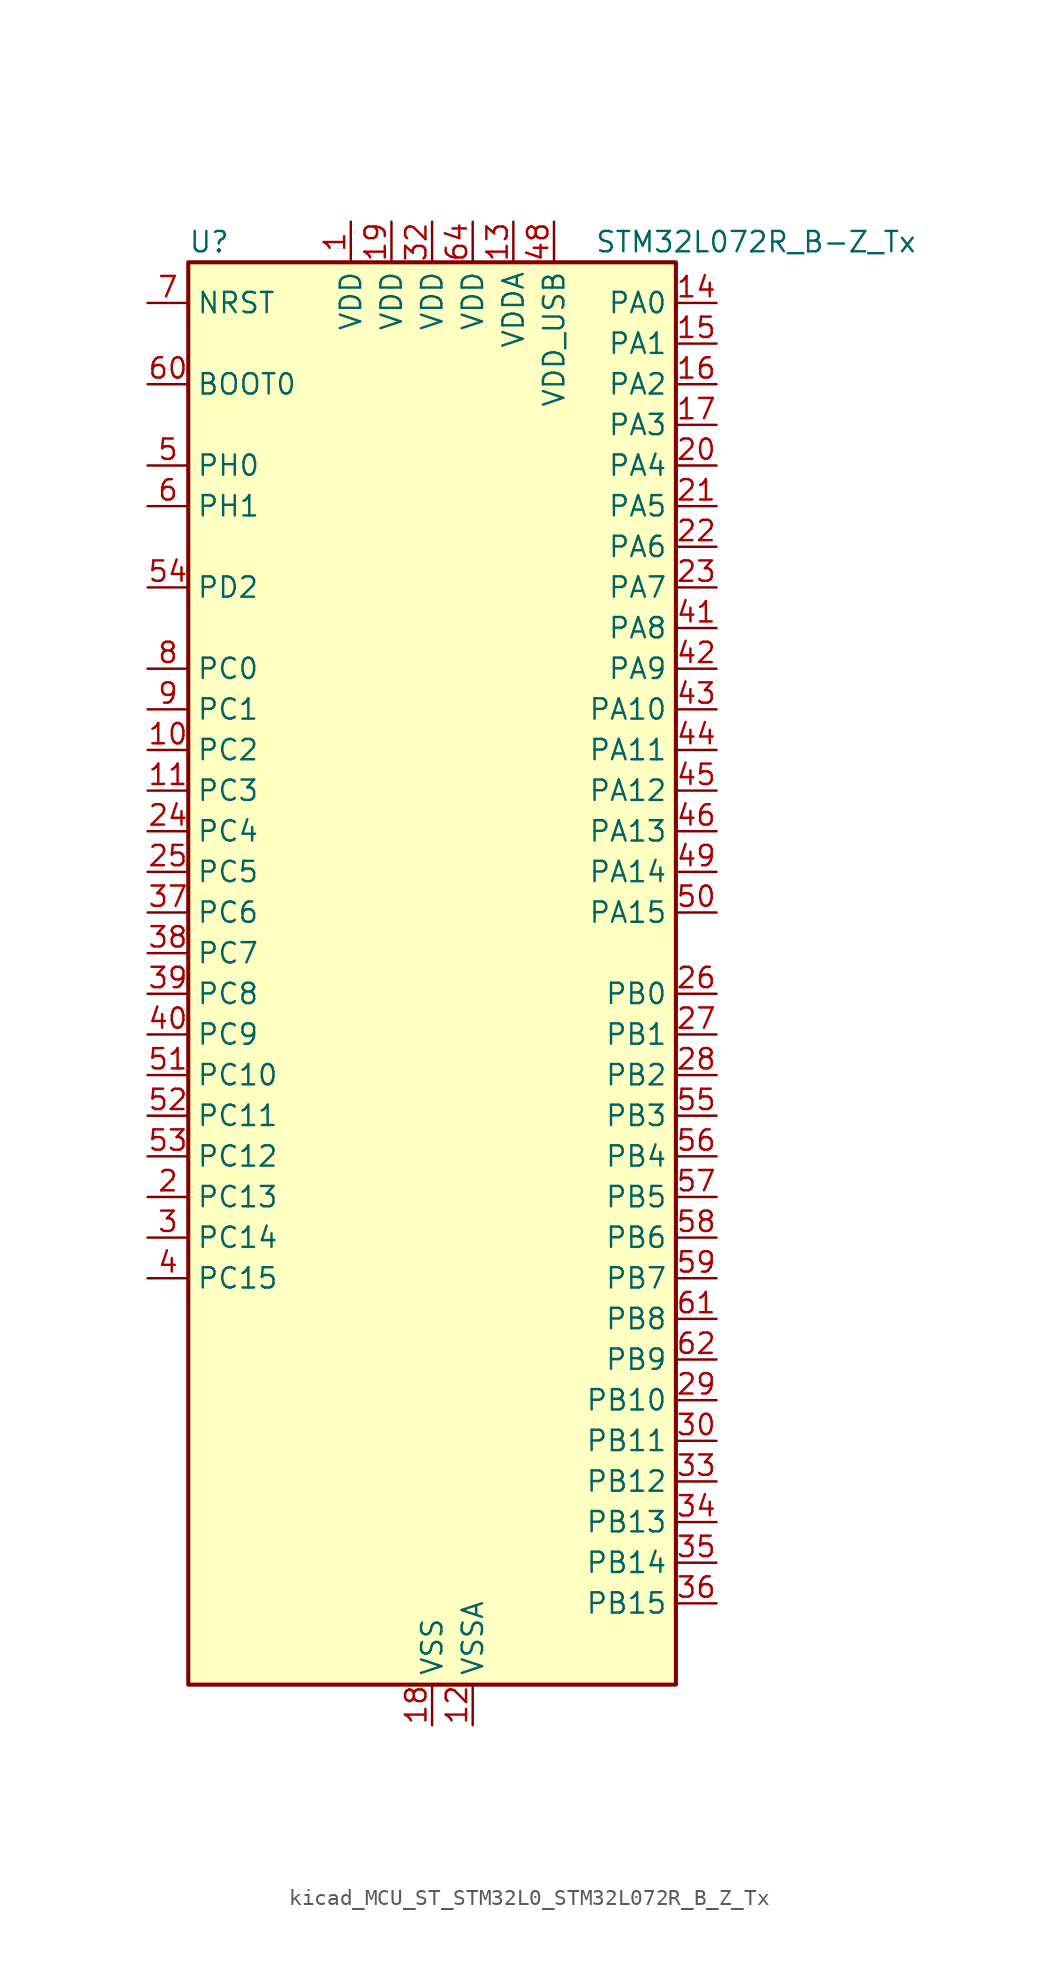
<source format=kicad_sym>
(kicad_symbol_lib
  (version 20220914)
  (generator kicad_symbol_editor)
  (symbol "kicad_MCU_ST_STM32L0_STM32L072R_B_Z_Tx"
    (property "Reference" "U"
      (at -15.24 46.99 0)
      (effects (font (size 1.27 1.27)) (justify left)))
    (property "Value" "STM32L072R_B-Z_Tx"
      (at 10.16 46.99 0)
      (effects (font (size 1.27 1.27)) (justify left)))
    (property "ki_locked" ""
      (at 0 0 0)
      (effects (font (size 1.27 1.27))))
    (symbol "kicad_MCU_ST_STM32L0_STM32L072R_B_Z_Tx_0_1"
      (rectangle (start -15.24 -43.18) (end 15.24 45.72) (stroke (width 0.254) (type default)) (fill (type background))))
    (symbol "kicad_MCU_ST_STM32L0_STM32L072R_B_Z_Tx_1_1"
      (pin power_in line (at -5.08 48.26 270) (length 2.54) (name "VDD" (effects (font (size 1.27 1.27)))) (number "1" (effects (font (size 1.27 1.27)))))
      (pin bidirectional line (at -17.78 15.24 0) (length 2.54) (name "PC2" (effects (font (size 1.27 1.27)))) (number "10" (effects (font (size 1.27 1.27)))) (alternate "ADC_IN12" bidirectional line) (alternate "I2S2_MCK" bidirectional line) (alternate "LPTIM1_IN2" bidirectional line) (alternate "SPI2_MISO" bidirectional line) (alternate "TSC_G7_IO3" bidirectional line))
      (pin bidirectional line (at -17.78 12.7 0) (length 2.54) (name "PC3" (effects (font (size 1.27 1.27)))) (number "11" (effects (font (size 1.27 1.27)))) (alternate "ADC_IN13" bidirectional line) (alternate "I2S2_SD" bidirectional line) (alternate "LPTIM1_ETR" bidirectional line) (alternate "SPI2_MOSI" bidirectional line) (alternate "TSC_G7_IO4" bidirectional line))
      (pin power_in line (at 2.54 -45.72 90) (length 2.54) (name "VSSA" (effects (font (size 1.27 1.27)))) (number "12" (effects (font (size 1.27 1.27)))))
      (pin power_in line (at 5.08 48.26 270) (length 2.54) (name "VDDA" (effects (font (size 1.27 1.27)))) (number "13" (effects (font (size 1.27 1.27)))))
      (pin bidirectional line (at 17.78 43.18 180) (length 2.54) (name "PA0" (effects (font (size 1.27 1.27)))) (number "14" (effects (font (size 1.27 1.27)))) (alternate "ADC_IN0" bidirectional line) (alternate "COMP1_INM" bidirectional line) (alternate "COMP1_OUT" bidirectional line) (alternate "RTC_TAMP2" bidirectional line) (alternate "SYS_WKUP1" bidirectional line) (alternate "TIM2_CH1" bidirectional line) (alternate "TIM2_ETR" bidirectional line) (alternate "TSC_G1_IO1" bidirectional line) (alternate "USART2_CTS" bidirectional line) (alternate "USART4_TX" bidirectional line))
      (pin bidirectional line (at 17.78 40.64 180) (length 2.54) (name "PA1" (effects (font (size 1.27 1.27)))) (number "15" (effects (font (size 1.27 1.27)))) (alternate "ADC_IN1" bidirectional line) (alternate "COMP1_INP" bidirectional line) (alternate "TIM21_ETR" bidirectional line) (alternate "TIM2_CH2" bidirectional line) (alternate "TSC_G1_IO2" bidirectional line) (alternate "USART2_DE" bidirectional line) (alternate "USART2_RTS" bidirectional line) (alternate "USART4_RX" bidirectional line))
      (pin bidirectional line (at 17.78 38.1 180) (length 2.54) (name "PA2" (effects (font (size 1.27 1.27)))) (number "16" (effects (font (size 1.27 1.27)))) (alternate "ADC_IN2" bidirectional line) (alternate "COMP2_INM" bidirectional line) (alternate "COMP2_OUT" bidirectional line) (alternate "LPUART1_TX" bidirectional line) (alternate "TIM21_CH1" bidirectional line) (alternate "TIM2_CH3" bidirectional line) (alternate "TSC_G1_IO3" bidirectional line) (alternate "USART2_TX" bidirectional line))
      (pin bidirectional line (at 17.78 35.56 180) (length 2.54) (name "PA3" (effects (font (size 1.27 1.27)))) (number "17" (effects (font (size 1.27 1.27)))) (alternate "ADC_IN3" bidirectional line) (alternate "COMP2_INP" bidirectional line) (alternate "LPUART1_RX" bidirectional line) (alternate "TIM21_CH2" bidirectional line) (alternate "TIM2_CH4" bidirectional line) (alternate "TSC_G1_IO4" bidirectional line) (alternate "USART2_RX" bidirectional line))
      (pin power_in line (at 0 -45.72 90) (length 2.54) (name "VSS" (effects (font (size 1.27 1.27)))) (number "18" (effects (font (size 1.27 1.27)))))
      (pin power_in line (at -2.54 48.26 270) (length 2.54) (name "VDD" (effects (font (size 1.27 1.27)))) (number "19" (effects (font (size 1.27 1.27)))))
      (pin bidirectional line (at -17.78 -12.7 0) (length 2.54) (name "PC13" (effects (font (size 1.27 1.27)))) (number "2" (effects (font (size 1.27 1.27)))) (alternate "RTC_OUT_ALARM" bidirectional line) (alternate "RTC_OUT_CALIB" bidirectional line) (alternate "RTC_TAMP1" bidirectional line) (alternate "RTC_TS" bidirectional line) (alternate "SYS_WKUP2" bidirectional line))
      (pin bidirectional line (at 17.78 33.02 180) (length 2.54) (name "PA4" (effects (font (size 1.27 1.27)))) (number "20" (effects (font (size 1.27 1.27)))) (alternate "ADC_IN4" bidirectional line) (alternate "COMP1_INM" bidirectional line) (alternate "COMP2_INM" bidirectional line) (alternate "DAC_OUT1" bidirectional line) (alternate "SPI1_NSS" bidirectional line) (alternate "TIM22_ETR" bidirectional line) (alternate "TSC_G2_IO1" bidirectional line) (alternate "USART2_CK" bidirectional line))
      (pin bidirectional line (at 17.78 30.48 180) (length 2.54) (name "PA5" (effects (font (size 1.27 1.27)))) (number "21" (effects (font (size 1.27 1.27)))) (alternate "ADC_IN5" bidirectional line) (alternate "COMP1_INM" bidirectional line) (alternate "COMP2_INM" bidirectional line) (alternate "DAC_OUT2" bidirectional line) (alternate "SPI1_SCK" bidirectional line) (alternate "TIM2_CH1" bidirectional line) (alternate "TIM2_ETR" bidirectional line) (alternate "TSC_G2_IO2" bidirectional line))
      (pin bidirectional line (at 17.78 27.94 180) (length 2.54) (name "PA6" (effects (font (size 1.27 1.27)))) (number "22" (effects (font (size 1.27 1.27)))) (alternate "ADC_IN6" bidirectional line) (alternate "COMP1_OUT" bidirectional line) (alternate "LPUART1_CTS" bidirectional line) (alternate "SPI1_MISO" bidirectional line) (alternate "TIM22_CH1" bidirectional line) (alternate "TIM3_CH1" bidirectional line) (alternate "TSC_G2_IO3" bidirectional line))
      (pin bidirectional line (at 17.78 25.4 180) (length 2.54) (name "PA7" (effects (font (size 1.27 1.27)))) (number "23" (effects (font (size 1.27 1.27)))) (alternate "ADC_IN7" bidirectional line) (alternate "COMP2_OUT" bidirectional line) (alternate "SPI1_MOSI" bidirectional line) (alternate "TIM22_CH2" bidirectional line) (alternate "TIM3_CH2" bidirectional line) (alternate "TSC_G2_IO4" bidirectional line))
      (pin bidirectional line (at -17.78 10.16 0) (length 2.54) (name "PC4" (effects (font (size 1.27 1.27)))) (number "24" (effects (font (size 1.27 1.27)))) (alternate "ADC_IN14" bidirectional line) (alternate "LPUART1_TX" bidirectional line))
      (pin bidirectional line (at -17.78 7.62 0) (length 2.54) (name "PC5" (effects (font (size 1.27 1.27)))) (number "25" (effects (font (size 1.27 1.27)))) (alternate "ADC_IN15" bidirectional line) (alternate "LPUART1_RX" bidirectional line) (alternate "TSC_G3_IO1" bidirectional line))
      (pin bidirectional line (at 17.78 0 180) (length 2.54) (name "PB0" (effects (font (size 1.27 1.27)))) (number "26" (effects (font (size 1.27 1.27)))) (alternate "ADC_IN8" bidirectional line) (alternate "SYS_VREF_OUT_PB0" bidirectional line) (alternate "TIM3_CH3" bidirectional line) (alternate "TSC_G3_IO2" bidirectional line))
      (pin bidirectional line (at 17.78 -2.54 180) (length 2.54) (name "PB1" (effects (font (size 1.27 1.27)))) (number "27" (effects (font (size 1.27 1.27)))) (alternate "ADC_IN9" bidirectional line) (alternate "LPUART1_DE" bidirectional line) (alternate "LPUART1_RTS" bidirectional line) (alternate "SYS_VREF_OUT_PB1" bidirectional line) (alternate "TIM3_CH4" bidirectional line) (alternate "TSC_G3_IO3" bidirectional line))
      (pin bidirectional line (at 17.78 -5.08 180) (length 2.54) (name "PB2" (effects (font (size 1.27 1.27)))) (number "28" (effects (font (size 1.27 1.27)))) (alternate "I2C3_SMBA" bidirectional line) (alternate "LPTIM1_OUT" bidirectional line) (alternate "TSC_G3_IO4" bidirectional line))
      (pin bidirectional line (at 17.78 -25.4 180) (length 2.54) (name "PB10" (effects (font (size 1.27 1.27)))) (number "29" (effects (font (size 1.27 1.27)))) (alternate "I2C2_SCL" bidirectional line) (alternate "LPUART1_RX" bidirectional line) (alternate "LPUART1_TX" bidirectional line) (alternate "SPI2_SCK" bidirectional line) (alternate "TIM2_CH3" bidirectional line) (alternate "TSC_SYNC" bidirectional line))
      (pin bidirectional line (at -17.78 -15.24 0) (length 2.54) (name "PC14" (effects (font (size 1.27 1.27)))) (number "3" (effects (font (size 1.27 1.27)))) (alternate "RCC_OSC32_IN" bidirectional line))
      (pin bidirectional line (at 17.78 -27.94 180) (length 2.54) (name "PB11" (effects (font (size 1.27 1.27)))) (number "30" (effects (font (size 1.27 1.27)))) (alternate "ADC_EXTI11" bidirectional line) (alternate "I2C2_SDA" bidirectional line) (alternate "LPUART1_RX" bidirectional line) (alternate "LPUART1_TX" bidirectional line) (alternate "TIM2_CH4" bidirectional line) (alternate "TSC_G6_IO1" bidirectional line))
      (pin passive line (at 0 -45.72 90) (length 2.54) hide (name "VSS" (effects (font (size 1.27 1.27)))) (number "31" (effects (font (size 1.27 1.27)))))
      (pin power_in line (at 0 48.26 270) (length 2.54) (name "VDD" (effects (font (size 1.27 1.27)))) (number "32" (effects (font (size 1.27 1.27)))))
      (pin bidirectional line (at 17.78 -30.48 180) (length 2.54) (name "PB12" (effects (font (size 1.27 1.27)))) (number "33" (effects (font (size 1.27 1.27)))) (alternate "I2S2_WS" bidirectional line) (alternate "LPUART1_DE" bidirectional line) (alternate "LPUART1_RTS" bidirectional line) (alternate "SPI2_NSS" bidirectional line) (alternate "TSC_G6_IO2" bidirectional line))
      (pin bidirectional line (at 17.78 -33.02 180) (length 2.54) (name "PB13" (effects (font (size 1.27 1.27)))) (number "34" (effects (font (size 1.27 1.27)))) (alternate "I2C2_SCL" bidirectional line) (alternate "I2S2_CK" bidirectional line) (alternate "LPUART1_CTS" bidirectional line) (alternate "RCC_MCO" bidirectional line) (alternate "SPI2_SCK" bidirectional line) (alternate "TIM21_CH1" bidirectional line) (alternate "TSC_G6_IO3" bidirectional line))
      (pin bidirectional line (at 17.78 -35.56 180) (length 2.54) (name "PB14" (effects (font (size 1.27 1.27)))) (number "35" (effects (font (size 1.27 1.27)))) (alternate "I2C2_SDA" bidirectional line) (alternate "I2S2_MCK" bidirectional line) (alternate "LPUART1_DE" bidirectional line) (alternate "LPUART1_RTS" bidirectional line) (alternate "RTC_OUT_ALARM" bidirectional line) (alternate "RTC_OUT_CALIB" bidirectional line) (alternate "SPI2_MISO" bidirectional line) (alternate "TIM21_CH2" bidirectional line) (alternate "TSC_G6_IO4" bidirectional line))
      (pin bidirectional line (at 17.78 -38.1 180) (length 2.54) (name "PB15" (effects (font (size 1.27 1.27)))) (number "36" (effects (font (size 1.27 1.27)))) (alternate "I2S2_SD" bidirectional line) (alternate "RTC_REFIN" bidirectional line) (alternate "SPI2_MOSI" bidirectional line))
      (pin bidirectional line (at -17.78 5.08 0) (length 2.54) (name "PC6" (effects (font (size 1.27 1.27)))) (number "37" (effects (font (size 1.27 1.27)))) (alternate "TIM22_CH1" bidirectional line) (alternate "TIM3_CH1" bidirectional line) (alternate "TSC_G8_IO1" bidirectional line))
      (pin bidirectional line (at -17.78 2.54 0) (length 2.54) (name "PC7" (effects (font (size 1.27 1.27)))) (number "38" (effects (font (size 1.27 1.27)))) (alternate "TIM22_CH2" bidirectional line) (alternate "TIM3_CH2" bidirectional line) (alternate "TSC_G8_IO2" bidirectional line))
      (pin bidirectional line (at -17.78 0 0) (length 2.54) (name "PC8" (effects (font (size 1.27 1.27)))) (number "39" (effects (font (size 1.27 1.27)))) (alternate "TIM22_ETR" bidirectional line) (alternate "TIM3_CH3" bidirectional line) (alternate "TSC_G8_IO3" bidirectional line))
      (pin bidirectional line (at -17.78 -17.78 0) (length 2.54) (name "PC15" (effects (font (size 1.27 1.27)))) (number "4" (effects (font (size 1.27 1.27)))) (alternate "RCC_OSC32_OUT" bidirectional line))
      (pin bidirectional line (at -17.78 -2.54 0) (length 2.54) (name "PC9" (effects (font (size 1.27 1.27)))) (number "40" (effects (font (size 1.27 1.27)))) (alternate "DAC_EXTI9" bidirectional line) (alternate "I2C3_SDA" bidirectional line) (alternate "TIM21_ETR" bidirectional line) (alternate "TIM3_CH4" bidirectional line) (alternate "TSC_G8_IO4" bidirectional line) (alternate "USB_NOE" bidirectional line))
      (pin bidirectional line (at 17.78 22.86 180) (length 2.54) (name "PA8" (effects (font (size 1.27 1.27)))) (number "41" (effects (font (size 1.27 1.27)))) (alternate "CRS_SYNC" bidirectional line) (alternate "I2C3_SCL" bidirectional line) (alternate "RCC_MCO" bidirectional line) (alternate "USART1_CK" bidirectional line))
      (pin bidirectional line (at 17.78 20.32 180) (length 2.54) (name "PA9" (effects (font (size 1.27 1.27)))) (number "42" (effects (font (size 1.27 1.27)))) (alternate "DAC_EXTI9" bidirectional line) (alternate "I2C1_SCL" bidirectional line) (alternate "I2C3_SMBA" bidirectional line) (alternate "RCC_MCO" bidirectional line) (alternate "TSC_G4_IO1" bidirectional line) (alternate "USART1_TX" bidirectional line))
      (pin bidirectional line (at 17.78 17.78 180) (length 2.54) (name "PA10" (effects (font (size 1.27 1.27)))) (number "43" (effects (font (size 1.27 1.27)))) (alternate "I2C1_SDA" bidirectional line) (alternate "TSC_G4_IO2" bidirectional line) (alternate "USART1_RX" bidirectional line))
      (pin bidirectional line (at 17.78 15.24 180) (length 2.54) (name "PA11" (effects (font (size 1.27 1.27)))) (number "44" (effects (font (size 1.27 1.27)))) (alternate "ADC_EXTI11" bidirectional line) (alternate "COMP1_OUT" bidirectional line) (alternate "SPI1_MISO" bidirectional line) (alternate "TSC_G4_IO3" bidirectional line) (alternate "USART1_CTS" bidirectional line) (alternate "USB_DM" bidirectional line))
      (pin bidirectional line (at 17.78 12.7 180) (length 2.54) (name "PA12" (effects (font (size 1.27 1.27)))) (number "45" (effects (font (size 1.27 1.27)))) (alternate "COMP2_OUT" bidirectional line) (alternate "SPI1_MOSI" bidirectional line) (alternate "TSC_G4_IO4" bidirectional line) (alternate "USART1_DE" bidirectional line) (alternate "USART1_RTS" bidirectional line) (alternate "USB_DP" bidirectional line))
      (pin bidirectional line (at 17.78 10.16 180) (length 2.54) (name "PA13" (effects (font (size 1.27 1.27)))) (number "46" (effects (font (size 1.27 1.27)))) (alternate "LPUART1_RX" bidirectional line) (alternate "SYS_SWDIO" bidirectional line) (alternate "USB_NOE" bidirectional line))
      (pin passive line (at 0 -45.72 90) (length 2.54) hide (name "VSS" (effects (font (size 1.27 1.27)))) (number "47" (effects (font (size 1.27 1.27)))))
      (pin power_in line (at 7.62 48.26 270) (length 2.54) (name "VDD_USB" (effects (font (size 1.27 1.27)))) (number "48" (effects (font (size 1.27 1.27)))))
      (pin bidirectional line (at 17.78 7.62 180) (length 2.54) (name "PA14" (effects (font (size 1.27 1.27)))) (number "49" (effects (font (size 1.27 1.27)))) (alternate "LPUART1_TX" bidirectional line) (alternate "SYS_SWCLK" bidirectional line) (alternate "USART2_TX" bidirectional line))
      (pin bidirectional line (at -17.78 33.02 0) (length 2.54) (name "PH0" (effects (font (size 1.27 1.27)))) (number "5" (effects (font (size 1.27 1.27)))) (alternate "CRS_SYNC" bidirectional line) (alternate "RCC_OSC_IN" bidirectional line))
      (pin bidirectional line (at 17.78 5.08 180) (length 2.54) (name "PA15" (effects (font (size 1.27 1.27)))) (number "50" (effects (font (size 1.27 1.27)))) (alternate "SPI1_NSS" bidirectional line) (alternate "TIM2_CH1" bidirectional line) (alternate "TIM2_ETR" bidirectional line) (alternate "USART2_RX" bidirectional line) (alternate "USART4_DE" bidirectional line) (alternate "USART4_RTS" bidirectional line))
      (pin bidirectional line (at -17.78 -5.08 0) (length 2.54) (name "PC10" (effects (font (size 1.27 1.27)))) (number "51" (effects (font (size 1.27 1.27)))) (alternate "LPUART1_TX" bidirectional line) (alternate "USART4_TX" bidirectional line))
      (pin bidirectional line (at -17.78 -7.62 0) (length 2.54) (name "PC11" (effects (font (size 1.27 1.27)))) (number "52" (effects (font (size 1.27 1.27)))) (alternate "ADC_EXTI11" bidirectional line) (alternate "LPUART1_RX" bidirectional line) (alternate "USART4_RX" bidirectional line))
      (pin bidirectional line (at -17.78 -10.16 0) (length 2.54) (name "PC12" (effects (font (size 1.27 1.27)))) (number "53" (effects (font (size 1.27 1.27)))) (alternate "USART4_CK" bidirectional line) (alternate "USART5_TX" bidirectional line))
      (pin bidirectional line (at -17.78 25.4 0) (length 2.54) (name "PD2" (effects (font (size 1.27 1.27)))) (number "54" (effects (font (size 1.27 1.27)))) (alternate "LPUART1_DE" bidirectional line) (alternate "LPUART1_RTS" bidirectional line) (alternate "TIM3_ETR" bidirectional line) (alternate "USART5_RX" bidirectional line))
      (pin bidirectional line (at 17.78 -7.62 180) (length 2.54) (name "PB3" (effects (font (size 1.27 1.27)))) (number "55" (effects (font (size 1.27 1.27)))) (alternate "COMP2_INM" bidirectional line) (alternate "SPI1_SCK" bidirectional line) (alternate "TIM2_CH2" bidirectional line) (alternate "TSC_G5_IO1" bidirectional line) (alternate "USART1_DE" bidirectional line) (alternate "USART1_RTS" bidirectional line) (alternate "USART5_TX" bidirectional line))
      (pin bidirectional line (at 17.78 -10.16 180) (length 2.54) (name "PB4" (effects (font (size 1.27 1.27)))) (number "56" (effects (font (size 1.27 1.27)))) (alternate "COMP2_INP" bidirectional line) (alternate "I2C3_SDA" bidirectional line) (alternate "SPI1_MISO" bidirectional line) (alternate "TIM22_CH1" bidirectional line) (alternate "TIM3_CH1" bidirectional line) (alternate "TSC_G5_IO2" bidirectional line) (alternate "USART1_CTS" bidirectional line) (alternate "USART5_RX" bidirectional line))
      (pin bidirectional line (at 17.78 -12.7 180) (length 2.54) (name "PB5" (effects (font (size 1.27 1.27)))) (number "57" (effects (font (size 1.27 1.27)))) (alternate "COMP2_INP" bidirectional line) (alternate "I2C1_SMBA" bidirectional line) (alternate "LPTIM1_IN1" bidirectional line) (alternate "SPI1_MOSI" bidirectional line) (alternate "TIM22_CH2" bidirectional line) (alternate "TIM3_CH2" bidirectional line) (alternate "USART1_CK" bidirectional line) (alternate "USART5_CK" bidirectional line) (alternate "USART5_DE" bidirectional line) (alternate "USART5_RTS" bidirectional line))
      (pin bidirectional line (at 17.78 -15.24 180) (length 2.54) (name "PB6" (effects (font (size 1.27 1.27)))) (number "58" (effects (font (size 1.27 1.27)))) (alternate "COMP2_INP" bidirectional line) (alternate "I2C1_SCL" bidirectional line) (alternate "LPTIM1_ETR" bidirectional line) (alternate "TSC_G5_IO3" bidirectional line) (alternate "USART1_TX" bidirectional line))
      (pin bidirectional line (at 17.78 -17.78 180) (length 2.54) (name "PB7" (effects (font (size 1.27 1.27)))) (number "59" (effects (font (size 1.27 1.27)))) (alternate "COMP2_INP" bidirectional line) (alternate "I2C1_SDA" bidirectional line) (alternate "LPTIM1_IN2" bidirectional line) (alternate "SYS_PVD_IN" bidirectional line) (alternate "TSC_G5_IO4" bidirectional line) (alternate "USART1_RX" bidirectional line) (alternate "USART4_CTS" bidirectional line))
      (pin bidirectional line (at -17.78 30.48 0) (length 2.54) (name "PH1" (effects (font (size 1.27 1.27)))) (number "6" (effects (font (size 1.27 1.27)))) (alternate "RCC_OSC_OUT" bidirectional line))
      (pin input line (at -17.78 38.1 0) (length 2.54) (name "BOOT0" (effects (font (size 1.27 1.27)))) (number "60" (effects (font (size 1.27 1.27)))))
      (pin bidirectional line (at 17.78 -20.32 180) (length 2.54) (name "PB8" (effects (font (size 1.27 1.27)))) (number "61" (effects (font (size 1.27 1.27)))) (alternate "I2C1_SCL" bidirectional line) (alternate "TSC_SYNC" bidirectional line))
      (pin bidirectional line (at 17.78 -22.86 180) (length 2.54) (name "PB9" (effects (font (size 1.27 1.27)))) (number "62" (effects (font (size 1.27 1.27)))) (alternate "DAC_EXTI9" bidirectional line) (alternate "I2C1_SDA" bidirectional line) (alternate "I2S2_WS" bidirectional line) (alternate "SPI2_NSS" bidirectional line))
      (pin passive line (at 0 -45.72 90) (length 2.54) hide (name "VSS" (effects (font (size 1.27 1.27)))) (number "63" (effects (font (size 1.27 1.27)))))
      (pin power_in line (at 2.54 48.26 270) (length 2.54) (name "VDD" (effects (font (size 1.27 1.27)))) (number "64" (effects (font (size 1.27 1.27)))))
      (pin input line (at -17.78 43.18 0) (length 2.54) (name "NRST" (effects (font (size 1.27 1.27)))) (number "7" (effects (font (size 1.27 1.27)))))
      (pin bidirectional line (at -17.78 20.32 0) (length 2.54) (name "PC0" (effects (font (size 1.27 1.27)))) (number "8" (effects (font (size 1.27 1.27)))) (alternate "ADC_IN10" bidirectional line) (alternate "I2C3_SCL" bidirectional line) (alternate "LPTIM1_IN1" bidirectional line) (alternate "LPUART1_RX" bidirectional line) (alternate "TSC_G7_IO1" bidirectional line))
      (pin bidirectional line (at -17.78 17.78 0) (length 2.54) (name "PC1" (effects (font (size 1.27 1.27)))) (number "9" (effects (font (size 1.27 1.27)))) (alternate "ADC_IN11" bidirectional line) (alternate "I2C3_SDA" bidirectional line) (alternate "LPTIM1_OUT" bidirectional line) (alternate "LPUART1_TX" bidirectional line) (alternate "TSC_G7_IO2" bidirectional line)))))
</source>
